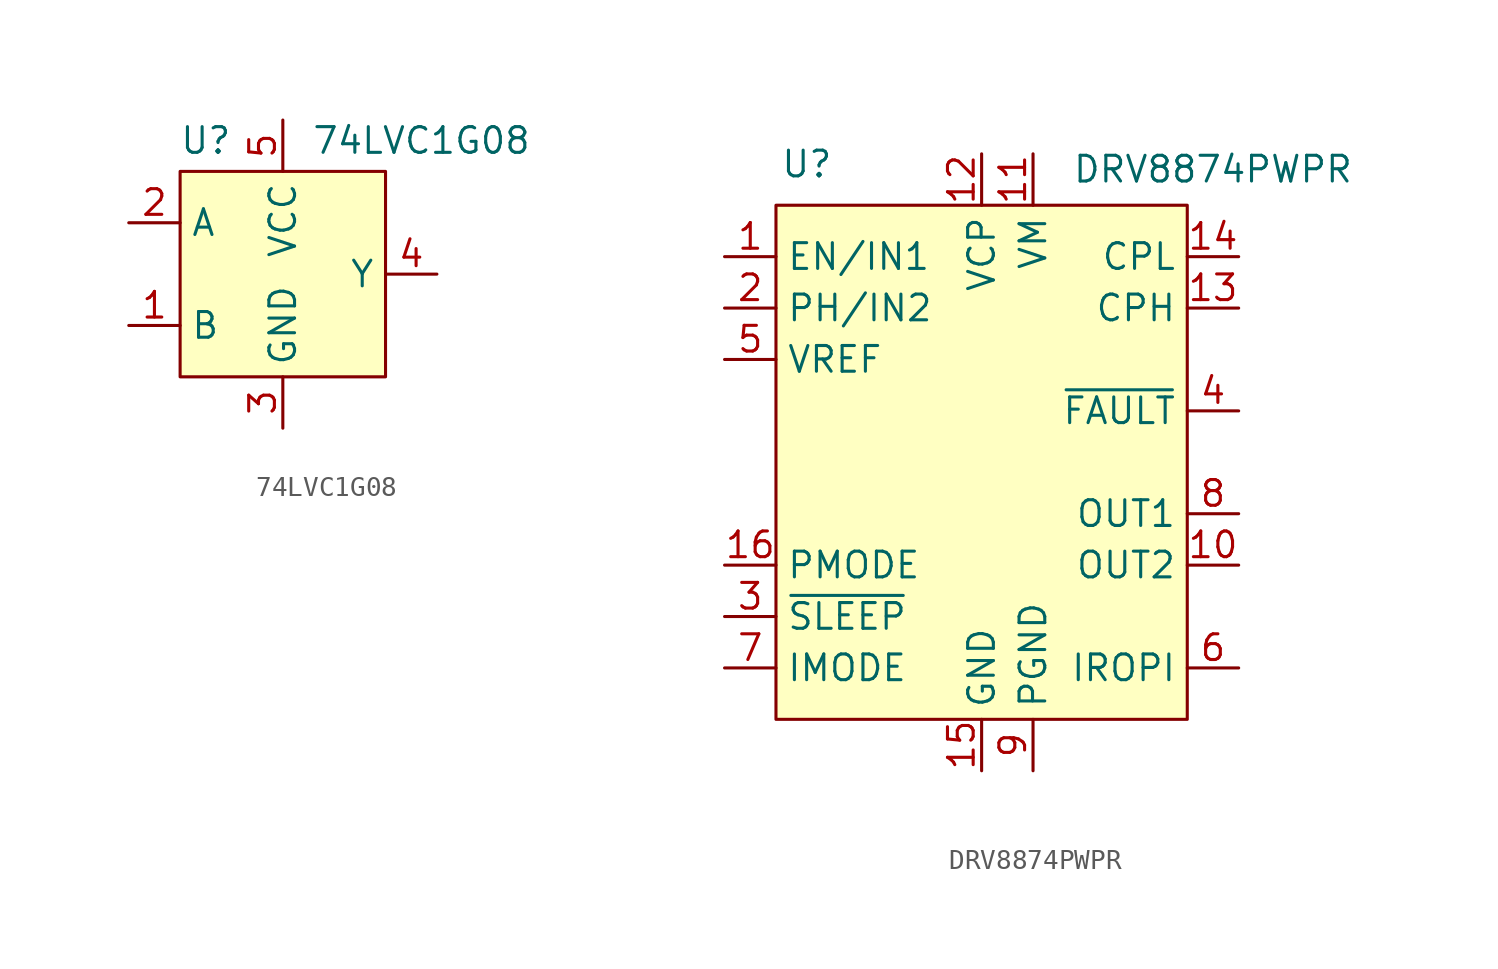
<source format=kicad_sym>
(kicad_symbol_lib
  (version 20231120)
  (generator "kicad_symbol_editor")
  (generator_version "8.0")
  (symbol "74LVC1G08"
    (property "Reference" "U"
      (at 1.27 1.524 0)
      (effects (font (size 1.27 1.27))))
    (property "Value" "74LVC1G08"
      (at 11.938 1.524 0)
      (effects (font (size 1.27 1.27))))
    (symbol "74LVC1G08_1_1"
      (rectangle (start 0 0) (end 10.16 -10.16) (stroke (width 0) (type default)) (fill (type background)))
      (pin input line (at -2.54 -7.62 0) (length 2.54) (name "B" (effects (font (size 1.27 1.27)))) (number "1" (effects (font (size 1.27 1.27)))))
      (pin input line (at -2.54 -2.54 0) (length 2.54) (name "A" (effects (font (size 1.27 1.27)))) (number "2" (effects (font (size 1.27 1.27)))))
      (pin power_in line (at 5.08 -12.7 90) (length 2.54) (name "GND" (effects (font (size 1.27 1.27)))) (number "3" (effects (font (size 1.27 1.27)))))
      (pin output line (at 12.7 -5.08 180) (length 2.54) (name "Y" (effects (font (size 1.27 1.27)))) (number "4" (effects (font (size 1.27 1.27)))))
      (pin power_in line (at 5.08 2.54 270) (length 2.54) (name "VCC" (effects (font (size 1.27 1.27)))) (number "5" (effects (font (size 1.27 1.27)))))))
  (symbol "DRV8874PWPR"
    (property "Reference" "U"
      (at 1.524 2.032 0)
      (effects (font (size 1.27 1.27))))
    (property "Value" "DRV8874PWPR"
      (at 21.59 1.778 0)
      (effects (font (size 1.27 1.27))))
    (symbol "DRV8874PWPR_1_1"
      (rectangle (start 0 0) (end 20.32 -25.4) (stroke (width 0) (type default)) (fill (type background)))
      (pin input line (at -2.54 -2.54 0) (length 2.54) (name "EN/IN1" (effects (font (size 1.27 1.27)))) (number "1" (effects (font (size 1.27 1.27)))))
      (pin output line (at 22.86 -17.78 180) (length 2.54) (name "OUT2" (effects (font (size 1.27 1.27)))) (number "10" (effects (font (size 1.27 1.27)))))
      (pin power_in line (at 12.7 2.54 270) (length 2.54) (name "VM" (effects (font (size 1.27 1.27)))) (number "11" (effects (font (size 1.27 1.27)))))
      (pin power_in line (at 10.16 2.54 270) (length 2.54) (name "VCP" (effects (font (size 1.27 1.27)))) (number "12" (effects (font (size 1.27 1.27)))))
      (pin passive line (at 22.86 -5.08 180) (length 2.54) (name "CPH" (effects (font (size 1.27 1.27)))) (number "13" (effects (font (size 1.27 1.27)))))
      (pin passive line (at 22.86 -2.54 180) (length 2.54) (name "CPL" (effects (font (size 1.27 1.27)))) (number "14" (effects (font (size 1.27 1.27)))))
      (pin power_in line (at 10.16 -27.94 90) (length 2.54) (name "GND" (effects (font (size 1.27 1.27)))) (number "15" (effects (font (size 1.27 1.27)))))
      (pin input line (at -2.54 -17.78 0) (length 2.54) (name "PMODE" (effects (font (size 1.27 1.27)))) (number "16" (effects (font (size 1.27 1.27)))))
      (pin passive line (at 10.16 -27.94 90) (length 2.54) hide (name "PAD" (effects (font (size 1.27 1.27)))) (number "17" (effects (font (size 1.27 1.27)))))
      (pin input line (at -2.54 -5.08 0) (length 2.54) (name "PH/IN2" (effects (font (size 1.27 1.27)))) (number "2" (effects (font (size 1.27 1.27)))))
      (pin input line (at -2.54 -20.32 0) (length 2.54) (name "~{SLEEP}" (effects (font (size 1.27 1.27)))) (number "3" (effects (font (size 1.27 1.27)))))
      (pin open_collector line (at 22.86 -10.16 180) (length 2.54) (name "~{FAULT}" (effects (font (size 1.27 1.27)))) (number "4" (effects (font (size 1.27 1.27)))))
      (pin input line (at -2.54 -7.62 0) (length 2.54) (name "VREF" (effects (font (size 1.27 1.27)))) (number "5" (effects (font (size 1.27 1.27)))))
      (pin output line (at 22.86 -22.86 180) (length 2.54) (name "IROPI" (effects (font (size 1.27 1.27)))) (number "6" (effects (font (size 1.27 1.27)))))
      (pin input line (at -2.54 -22.86 0) (length 2.54) (name "IMODE" (effects (font (size 1.27 1.27)))) (number "7" (effects (font (size 1.27 1.27)))))
      (pin output line (at 22.86 -15.24 180) (length 2.54) (name "OUT1" (effects (font (size 1.27 1.27)))) (number "8" (effects (font (size 1.27 1.27)))))
      (pin power_in line (at 12.7 -27.94 90) (length 2.54) (name "PGND" (effects (font (size 1.27 1.27)))) (number "9" (effects (font (size 1.27 1.27))))))))
</source>
